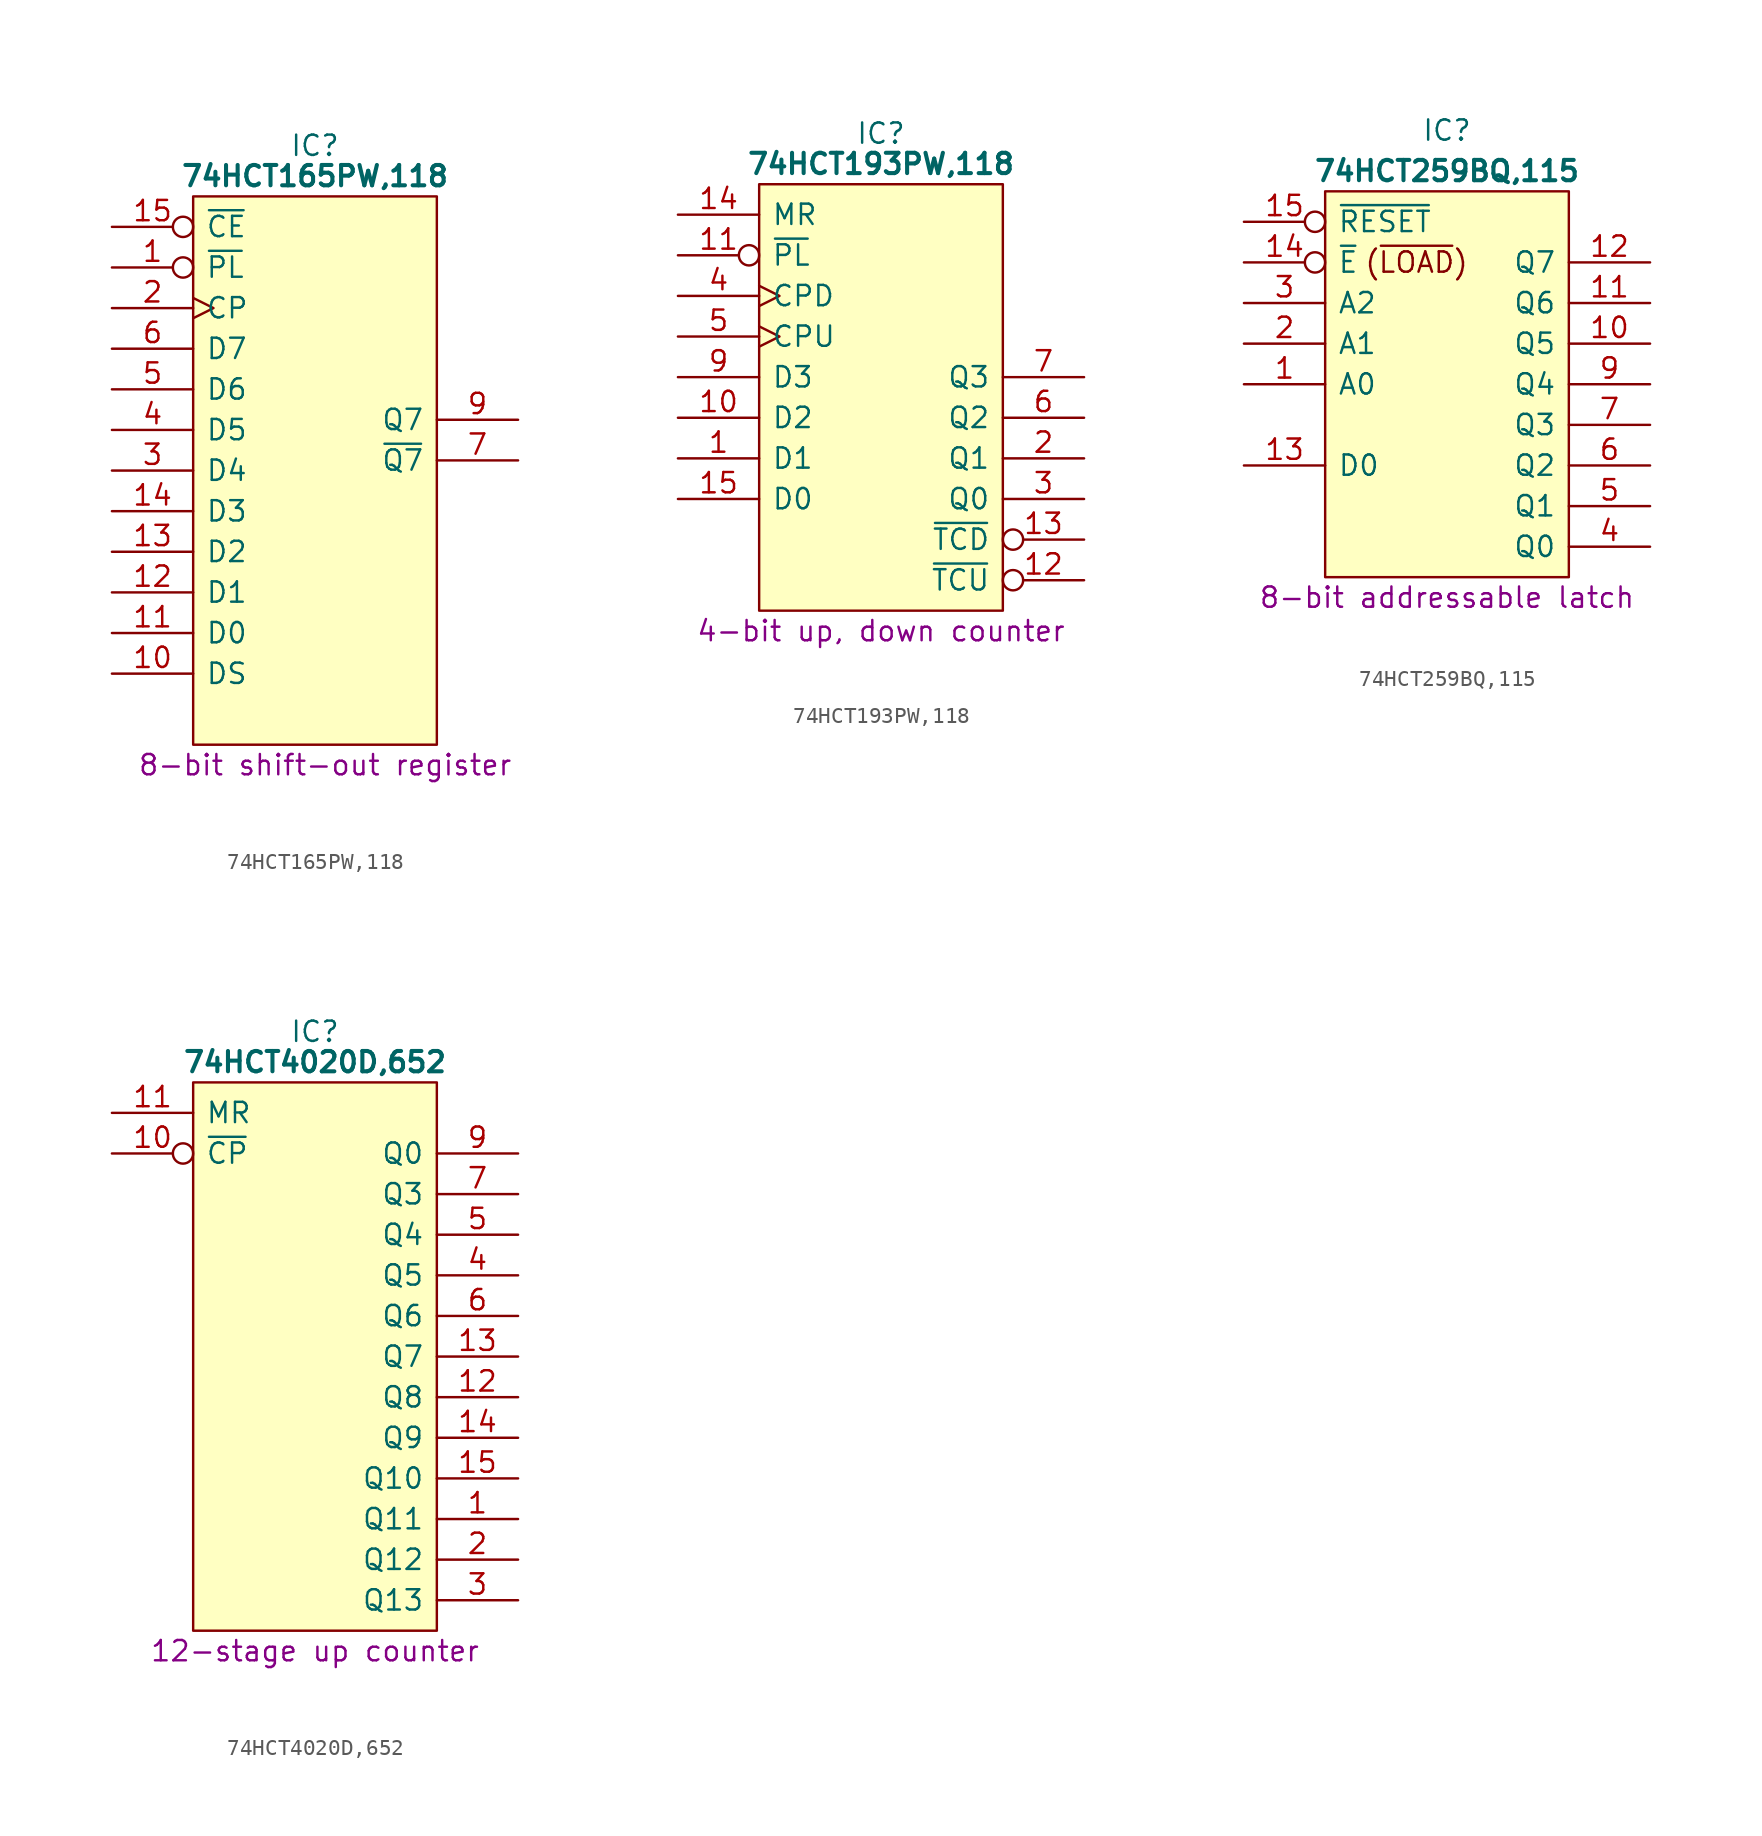
<source format=kicad_sym>
(kicad_symbol_lib
  (version 20231120)
  (generator "kicad_symbol_editor")
  (generator_version "8.0")
  (symbol "74HCT165PW,118"
    (pin_names
      (offset 0.762))
    (property "Reference" "IC"
      (at 12.7 5.08 0)
      (effects (font (size 1.27 1.27))))
    (property "Value" "74HCT165PW,118"
      (at 12.7 3.175 0)
      (effects (font (size 1.27 1.27) (bold yes))))
    (property "Description" "8-bit shift-out register"
      (at 13.335 -33.655 0)
      (effects (font (size 1.27 1.27))))
    (symbol "74HCT165PW,118_0_0"
      (pin input inverted (at 0 -2.54 0) (length 5.08) (name "~{PL}" (effects (font (size 1.27 1.27)))) (number "1" (effects (font (size 1.27 1.27)))))
      (pin input line (at 0 -27.94 0) (length 5.08) (name "DS" (effects (font (size 1.27 1.27)))) (number "10" (effects (font (size 1.27 1.27)))))
      (pin input line (at 0 -25.4 0) (length 5.08) (name "D0" (effects (font (size 1.27 1.27)))) (number "11" (effects (font (size 1.27 1.27)))))
      (pin input line (at 0 -22.86 0) (length 5.08) (name "D1" (effects (font (size 1.27 1.27)))) (number "12" (effects (font (size 1.27 1.27)))))
      (pin input line (at 0 -20.32 0) (length 5.08) (name "D2" (effects (font (size 1.27 1.27)))) (number "13" (effects (font (size 1.27 1.27)))))
      (pin input line (at 0 -17.78 0) (length 5.08) (name "D3" (effects (font (size 1.27 1.27)))) (number "14" (effects (font (size 1.27 1.27)))))
      (pin input inverted (at 0 0 0) (length 5.08) (name "~{CE}" (effects (font (size 1.27 1.27)))) (number "15" (effects (font (size 1.27 1.27)))))
      (pin passive line (at 25.4 0 180) (length 5.08) hide (name "5V" (effects (font (size 1.27 1.27)))) (number "16" (effects (font (size 1.27 1.27)))))
      (pin input clock (at 0 -5.08 0) (length 5.08) (name "CP" (effects (font (size 1.27 1.27)))) (number "2" (effects (font (size 1.27 1.27)))))
      (pin input line (at 0 -15.24 0) (length 5.08) (name "D4" (effects (font (size 1.27 1.27)))) (number "3" (effects (font (size 1.27 1.27)))))
      (pin input line (at 0 -12.7 0) (length 5.08) (name "D5" (effects (font (size 1.27 1.27)))) (number "4" (effects (font (size 1.27 1.27)))))
      (pin input line (at 0 -10.16 0) (length 5.08) (name "D6" (effects (font (size 1.27 1.27)))) (number "5" (effects (font (size 1.27 1.27)))))
      (pin input line (at 0 -7.62 0) (length 5.08) (name "D7" (effects (font (size 1.27 1.27)))) (number "6" (effects (font (size 1.27 1.27)))))
      (pin output line (at 25.4 -14.605 180) (length 5.08) (name "~{Q7}" (effects (font (size 1.27 1.27)))) (number "7" (effects (font (size 1.27 1.27)))))
      (pin passive line (at 0 -30.48 0) (length 5.08) hide (name "GND" (effects (font (size 1.27 1.27)))) (number "8" (effects (font (size 1.27 1.27)))))
      (pin output line (at 25.4 -12.065 180) (length 5.08) (name "Q7" (effects (font (size 1.27 1.27)))) (number "9" (effects (font (size 1.27 1.27))))))
    (symbol "74HCT165PW,118_0_1"
      (polyline (pts (xy 5.08 1.905) (xy 20.32 1.905) (xy 20.32 -32.385) (xy 5.08 -32.385) (xy 5.08 1.905)) (stroke (width 0.152) (type default)) (fill (type background)))))
  (symbol "74HCT193PW,118"
    (pin_names
      (offset 0.762))
    (property "Reference" "IC"
      (at 12.7 5.08 0)
      (effects (font (size 1.27 1.27))))
    (property "Value" "74HCT193PW,118"
      (at 12.7 3.175 0)
      (effects (font (size 1.27 1.27) (bold yes))))
    (property "Description" "4-bit up, down counter"
      (at 12.7 -26.035 0)
      (effects (font (size 1.27 1.27))))
    (symbol "74HCT193PW,118_0_0"
      (pin input line (at 0 -15.24 0) (length 5.08) (name "D1" (effects (font (size 1.27 1.27)))) (number "1" (effects (font (size 1.27 1.27)))))
      (pin input line (at 0 -12.7 0) (length 5.08) (name "D2" (effects (font (size 1.27 1.27)))) (number "10" (effects (font (size 1.27 1.27)))))
      (pin input inverted (at 0 -2.54 0) (length 5.08) (name "~{PL}" (effects (font (size 1.27 1.27)))) (number "11" (effects (font (size 1.27 1.27)))))
      (pin input line (at 0 0 0) (length 5.08) (name "MR" (effects (font (size 1.27 1.27)))) (number "14" (effects (font (size 1.27 1.27)))))
      (pin input line (at 0 -17.78 0) (length 5.08) (name "D0" (effects (font (size 1.27 1.27)))) (number "15" (effects (font (size 1.27 1.27)))))
      (pin passive line (at 25.4 0 180) (length 5.08) hide (name "5V" (effects (font (size 1.27 1.27)))) (number "16" (effects (font (size 1.27 1.27)))))
      (pin output line (at 25.4 -15.24 180) (length 5.08) (name "Q1" (effects (font (size 1.27 1.27)))) (number "2" (effects (font (size 1.27 1.27)))))
      (pin output line (at 25.4 -17.78 180) (length 5.08) (name "Q0" (effects (font (size 1.27 1.27)))) (number "3" (effects (font (size 1.27 1.27)))))
      (pin input clock (at 0 -5.08 0) (length 5.08) (name "CPD" (effects (font (size 1.27 1.27)))) (number "4" (effects (font (size 1.27 1.27)))))
      (pin input clock (at 0 -7.62 0) (length 5.08) (name "CPU" (effects (font (size 1.27 1.27)))) (number "5" (effects (font (size 1.27 1.27)))))
      (pin output line (at 25.4 -12.7 180) (length 5.08) (name "Q2" (effects (font (size 1.27 1.27)))) (number "6" (effects (font (size 1.27 1.27)))))
      (pin output line (at 25.4 -10.16 180) (length 5.08) (name "Q3" (effects (font (size 1.27 1.27)))) (number "7" (effects (font (size 1.27 1.27)))))
      (pin passive line (at 0 -22.86 0) (length 5.08) hide (name "GND" (effects (font (size 1.27 1.27)))) (number "8" (effects (font (size 1.27 1.27)))))
      (pin input line (at 0 -10.16 0) (length 5.08) (name "D3" (effects (font (size 1.27 1.27)))) (number "9" (effects (font (size 1.27 1.27))))))
    (symbol "74HCT193PW,118_0_1"
      (polyline (pts (xy 5.08 1.905) (xy 20.32 1.905) (xy 20.32 -24.765) (xy 5.08 -24.765) (xy 5.08 1.905)) (stroke (width 0.152) (type default)) (fill (type background))))
    (symbol "74HCT193PW,118_1_0"
      (pin output inverted (at 25.4 -22.86 180) (length 5.08) (name "~{TCU}" (effects (font (size 1.27 1.27)))) (number "12" (effects (font (size 1.27 1.27)))))
      (pin output inverted (at 25.4 -20.32 180) (length 5.08) (name "~{TCD}" (effects (font (size 1.27 1.27)))) (number "13" (effects (font (size 1.27 1.27)))))))
  (symbol "74HCT259BQ,115"
    (pin_names
      (offset 0.762))
    (property "Reference" "IC"
      (at 12.7 5.715 0)
      (effects (font (size 1.27 1.27))))
    (property "Value" "74HCT259BQ,115"
      (at 12.7 3.175 0)
      (effects (font (size 1.27 1.27) (bold yes))))
    (property "Description" "8-bit addressable latch"
      (at 12.7 -23.495 0)
      (effects (font (size 1.27 1.27))))
    (symbol "74HCT259BQ,115_0_0"
      (pin input line (at 0 -10.16 0) (length 5.08) (name "A0" (effects (font (size 1.27 1.27)))) (number "1" (effects (font (size 1.27 1.27)))))
      (pin output line (at 25.4 -7.62 180) (length 5.08) (name "Q5" (effects (font (size 1.27 1.27)))) (number "10" (effects (font (size 1.27 1.27)))))
      (pin output line (at 25.4 -5.08 180) (length 5.08) (name "Q6" (effects (font (size 1.27 1.27)))) (number "11" (effects (font (size 1.27 1.27)))))
      (pin output line (at 25.4 -2.54 180) (length 5.08) (name "Q7" (effects (font (size 1.27 1.27)))) (number "12" (effects (font (size 1.27 1.27)))))
      (pin input line (at 0 -7.62 0) (length 5.08) (name "A1" (effects (font (size 1.27 1.27)))) (number "2" (effects (font (size 1.27 1.27)))))
      (pin input line (at 0 -5.08 0) (length 5.08) (name "A2" (effects (font (size 1.27 1.27)))) (number "3" (effects (font (size 1.27 1.27)))))
      (pin output line (at 25.4 -17.78 180) (length 5.08) (name "Q1" (effects (font (size 1.27 1.27)))) (number "5" (effects (font (size 1.27 1.27)))))
      (pin output line (at 25.4 -15.24 180) (length 5.08) (name "Q2" (effects (font (size 1.27 1.27)))) (number "6" (effects (font (size 1.27 1.27)))))
      (pin output line (at 25.4 -12.7 180) (length 5.08) (name "Q3" (effects (font (size 1.27 1.27)))) (number "7" (effects (font (size 1.27 1.27)))))
      (pin output line (at 25.4 -10.16 180) (length 5.08) (name "Q4" (effects (font (size 1.27 1.27)))) (number "9" (effects (font (size 1.27 1.27))))))
    (symbol "74HCT259BQ,115_0_1"
      (polyline (pts (xy 5.08 1.905) (xy 20.32 1.905) (xy 20.32 -22.225) (xy 5.08 -22.225) (xy 5.08 1.905)) (stroke (width 0.152) (type default)) (fill (type background))))
    (symbol "74HCT259BQ,115_1_0"
      (pin input line (at 0 -15.24 0) (length 5.08) (name "D0" (effects (font (size 1.27 1.27)))) (number "13" (effects (font (size 1.27 1.27)))))
      (pin input inverted (at 0 -2.54 0) (length 5.08) (name "~{E}" (effects (font (size 1.27 1.27)))) (number "14" (effects (font (size 1.27 1.27)))))
      (pin input inverted (at 0 0 0) (length 5.08) (name "~{RESET}" (effects (font (size 1.27 1.27)))) (number "15" (effects (font (size 1.27 1.27)))))
      (pin passive line (at 25.4 0 180) (length 5.08) hide (name "5V" (effects (font (size 1.27 1.27)))) (number "16" (effects (font (size 1.27 1.27)))))
      (pin passive line (at 0 -17.78 0) (length 5.08) hide (name "GND" (effects (font (size 1.27 1.27)))) (number "17" (effects (font (size 1.27 1.27)))))
      (pin output line (at 25.4 -20.32 180) (length 5.08) (name "Q0" (effects (font (size 1.27 1.27)))) (number "4" (effects (font (size 1.27 1.27)))))
      (pin passive line (at 0 -20.32 0) (length 5.08) hide (name "GND" (effects (font (size 1.27 1.27)))) (number "8" (effects (font (size 1.27 1.27))))))
    (symbol "74HCT259BQ,115_1_1"
      (text "(~{LOAD})" (at 10.795 -2.54 0) (effects (font (size 1.27 1.27))))))
  (symbol "74HCT4020D,652"
    (pin_names
      (offset 0.762))
    (property "Reference" "IC"
      (at 12.7 5.08 0)
      (effects (font (size 1.27 1.27))))
    (property "Value" "74HCT4020D,652"
      (at 12.7 3.175 0)
      (effects (font (size 1.27 1.27) (bold yes))))
    (property "Description" "12-stage up counter"
      (at 12.7 -33.655 0)
      (effects (font (size 1.27 1.27))))
    (symbol "74HCT4020D,652_0_0"
      (pin output line (at 25.4 -25.4 180) (length 5.08) (name "Q11" (effects (font (size 1.27 1.27)))) (number "1" (effects (font (size 1.27 1.27)))))
      (pin input inverted (at 0 -2.54 0) (length 5.08) (name "~{CP}" (effects (font (size 1.27 1.27)))) (number "10" (effects (font (size 1.27 1.27)))))
      (pin input line (at 0 0 0) (length 5.08) (name "MR" (effects (font (size 1.27 1.27)))) (number "11" (effects (font (size 1.27 1.27)))))
      (pin output line (at 25.4 -17.78 180) (length 5.08) (name "Q8" (effects (font (size 1.27 1.27)))) (number "12" (effects (font (size 1.27 1.27)))))
      (pin output line (at 25.4 -15.24 180) (length 5.08) (name "Q7" (effects (font (size 1.27 1.27)))) (number "13" (effects (font (size 1.27 1.27)))))
      (pin output line (at 25.4 -20.32 180) (length 5.08) (name "Q9" (effects (font (size 1.27 1.27)))) (number "14" (effects (font (size 1.27 1.27)))))
      (pin output line (at 25.4 -22.86 180) (length 5.08) (name "Q10" (effects (font (size 1.27 1.27)))) (number "15" (effects (font (size 1.27 1.27)))))
      (pin passive line (at 25.4 0 180) (length 5.08) hide (name "5V" (effects (font (size 1.27 1.27)))) (number "16" (effects (font (size 1.27 1.27)))))
      (pin output line (at 25.4 -27.94 180) (length 5.08) (name "Q12" (effects (font (size 1.27 1.27)))) (number "2" (effects (font (size 1.27 1.27)))))
      (pin output line (at 25.4 -30.48 180) (length 5.08) (name "Q13" (effects (font (size 1.27 1.27)))) (number "3" (effects (font (size 1.27 1.27)))))
      (pin output line (at 25.4 -10.16 180) (length 5.08) (name "Q5" (effects (font (size 1.27 1.27)))) (number "4" (effects (font (size 1.27 1.27)))))
      (pin output line (at 25.4 -7.62 180) (length 5.08) (name "Q4" (effects (font (size 1.27 1.27)))) (number "5" (effects (font (size 1.27 1.27)))))
      (pin output line (at 25.4 -12.7 180) (length 5.08) (name "Q6" (effects (font (size 1.27 1.27)))) (number "6" (effects (font (size 1.27 1.27)))))
      (pin output line (at 25.4 -5.08 180) (length 5.08) (name "Q3" (effects (font (size 1.27 1.27)))) (number "7" (effects (font (size 1.27 1.27)))))
      (pin passive line (at 0 -30.48 0) (length 5.08) hide (name "GND" (effects (font (size 1.27 1.27)))) (number "8" (effects (font (size 1.27 1.27)))))
      (pin output line (at 25.4 -2.54 180) (length 5.08) (name "Q0" (effects (font (size 1.27 1.27)))) (number "9" (effects (font (size 1.27 1.27))))))
    (symbol "74HCT4020D,652_0_1"
      (polyline (pts (xy 5.08 1.905) (xy 20.32 1.905) (xy 20.32 -32.385) (xy 5.08 -32.385) (xy 5.08 1.905)) (stroke (width 0.152) (type default)) (fill (type background))))))
</source>
